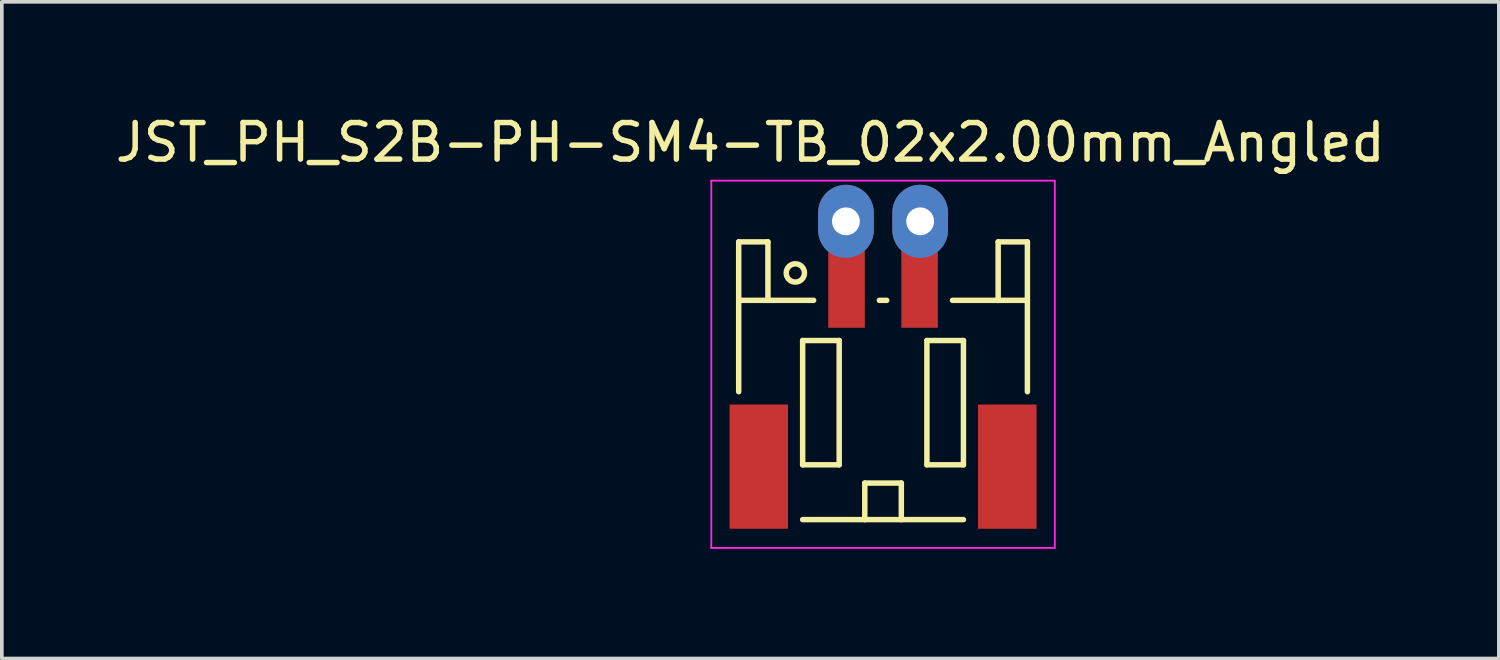
<source format=kicad_pcb>
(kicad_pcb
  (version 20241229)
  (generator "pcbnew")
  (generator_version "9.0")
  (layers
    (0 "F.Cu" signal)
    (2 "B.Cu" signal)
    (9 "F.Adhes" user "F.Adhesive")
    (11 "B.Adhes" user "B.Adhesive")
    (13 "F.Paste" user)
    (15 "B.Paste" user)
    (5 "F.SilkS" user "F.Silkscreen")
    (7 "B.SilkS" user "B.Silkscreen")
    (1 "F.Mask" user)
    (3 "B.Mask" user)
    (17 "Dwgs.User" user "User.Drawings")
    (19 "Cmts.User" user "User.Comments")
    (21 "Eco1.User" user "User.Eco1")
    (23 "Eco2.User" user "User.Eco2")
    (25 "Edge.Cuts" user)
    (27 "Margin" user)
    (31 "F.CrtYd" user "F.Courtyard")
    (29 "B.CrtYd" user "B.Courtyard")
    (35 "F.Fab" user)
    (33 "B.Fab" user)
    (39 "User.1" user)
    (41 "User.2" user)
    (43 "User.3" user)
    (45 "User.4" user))
  (footprint "JST_PH_S2B-PH-SM4-TB_02x2.00mm_Angled"
    (layer "F.Cu")
    (at 21.114 6.944)
    (property "Reference" "JST_PH_S2B-PH-SM4-TB_02x2.00mm_Angled" (at -3.632 -6.096 0) (layer "F.SilkS") (effects (font (size 1 1) (thickness 0.15))))
    (attr smd)
    (fp_line (start -3.95 -3.375) (end -3.95 0.725) (stroke (width 0.15) (type solid)) (layer "F.SilkS"))
    (fp_line (start -3.15 -3.375) (end -3.95 -3.375) (stroke (width 0.15) (type solid)) (layer "F.SilkS"))
    (fp_line (start -3.15 -1.775) (end -3.95 -1.775) (stroke (width 0.15) (type solid)) (layer "F.SilkS"))
    (fp_line (start -3.15 -1.775) (end -3.15 -3.375) (stroke (width 0.15) (type solid)) (layer "F.SilkS"))
    (fp_line (start -2.2 -0.675) (end -2.2 2.725) (stroke (width 0.15) (type solid)) (layer "F.SilkS"))
    (fp_line (start -2.2 2.725) (end -1.2 2.725) (stroke (width 0.15) (type solid)) (layer "F.SilkS"))
    (fp_line (start -2.2 4.225) (end 2.2 4.225) (stroke (width 0.15) (type solid)) (layer "F.SilkS"))
    (fp_line (start -1.9 -1.775) (end -3.15 -1.775) (stroke (width 0.15) (type solid)) (layer "F.SilkS"))
    (fp_line (start -1.2 -0.675) (end -2.2 -0.675) (stroke (width 0.15) (type solid)) (layer "F.SilkS"))
    (fp_line (start -1.2 2.725) (end -1.2 -0.675) (stroke (width 0.15) (type solid)) (layer "F.SilkS"))
    (fp_line (start -0.5 3.225) (end 0.5 3.225) (stroke (width 0.15) (type solid)) (layer "F.SilkS"))
    (fp_line (start -0.5 4.225) (end -0.5 3.225) (stroke (width 0.15) (type solid)) (layer "F.SilkS"))
    (fp_line (start -0.1 -1.775) (end 0.1 -1.775) (stroke (width 0.15) (type solid)) (layer "F.SilkS"))
    (fp_line (start 0.5 3.225) (end 0.5 4.225) (stroke (width 0.15) (type solid)) (layer "F.SilkS"))
    (fp_line (start 1.2 -0.675) (end 2.2 -0.675) (stroke (width 0.15) (type solid)) (layer "F.SilkS"))
    (fp_line (start 1.2 2.725) (end 1.2 -0.675) (stroke (width 0.15) (type solid)) (layer "F.SilkS"))
    (fp_line (start 1.9 -1.775) (end 3.15 -1.775) (stroke (width 0.15) (type solid)) (layer "F.SilkS"))
    (fp_line (start 2.2 -0.675) (end 2.2 2.725) (stroke (width 0.15) (type solid)) (layer "F.SilkS"))
    (fp_line (start 2.2 2.725) (end 1.2 2.725) (stroke (width 0.15) (type solid)) (layer "F.SilkS"))
    (fp_line (start 3.15 -3.375) (end 3.95 -3.375) (stroke (width 0.15) (type solid)) (layer "F.SilkS"))
    (fp_line (start 3.15 -1.775) (end 3.15 -3.375) (stroke (width 0.15) (type solid)) (layer "F.SilkS"))
    (fp_line (start 3.15 -1.775) (end 3.95 -1.775) (stroke (width 0.15) (type solid)) (layer "F.SilkS"))
    (fp_line (start 3.95 -3.375) (end 3.95 0.725) (stroke (width 0.15) (type solid)) (layer "F.SilkS"))
    (fp_circle (center -2.4 -2.525) (end -2.15 -2.525) (stroke (width 0.15) (type solid)) (fill no) (layer "F.SilkS"))
    (fp_line (start -4.7 -5.05) (end 4.7 -5.05) (stroke (width 0.05) (type solid)) (layer "F.CrtYd"))
    (fp_line (start -4.7 5) (end -4.7 -5.05) (stroke (width 0.05) (type solid)) (layer "F.CrtYd"))
    (fp_line (start 4.7 -5.05) (end 4.7 5) (stroke (width 0.05) (type solid)) (layer "F.CrtYd"))
    (fp_line (start 4.7 5) (end -4.7 5) (stroke (width 0.05) (type solid)) (layer "F.CrtYd"))
    (pad "1" thru_hole oval (at -1.016 -3.937) (size 1.524 2) (drill 0.762) (layers "*.Cu" "*.Mask"))
    (pad "1" smd rect (at -1 -2.775) (size 1 3.5) (layers "F.Cu" "F.Mask" "F.Paste"))
    (pad "2" smd rect (at 1 -2.775) (size 1 3.5) (layers "F.Cu" "F.Mask" "F.Paste"))
    (pad "2" thru_hole oval (at 1.016 -3.937) (size 1.524 2) (drill 0.762) (layers "*.Cu" "*.Mask"))
    (pad "3" smd rect (at -3.4 2.775) (size 1.6 3.4) (layers "F.Cu" "F.Mask" "F.Paste"))
    (pad "3" smd rect (at 3.4 2.775) (size 1.6 3.4) (layers "F.Cu" "F.Mask" "F.Paste")))
  (gr_rect
    (start -3 -3)
    (end 37.964 14.969)
    (stroke (width 0.1) (type default))
    (fill no)
    (layer "Edge.Cuts")))
</source>
